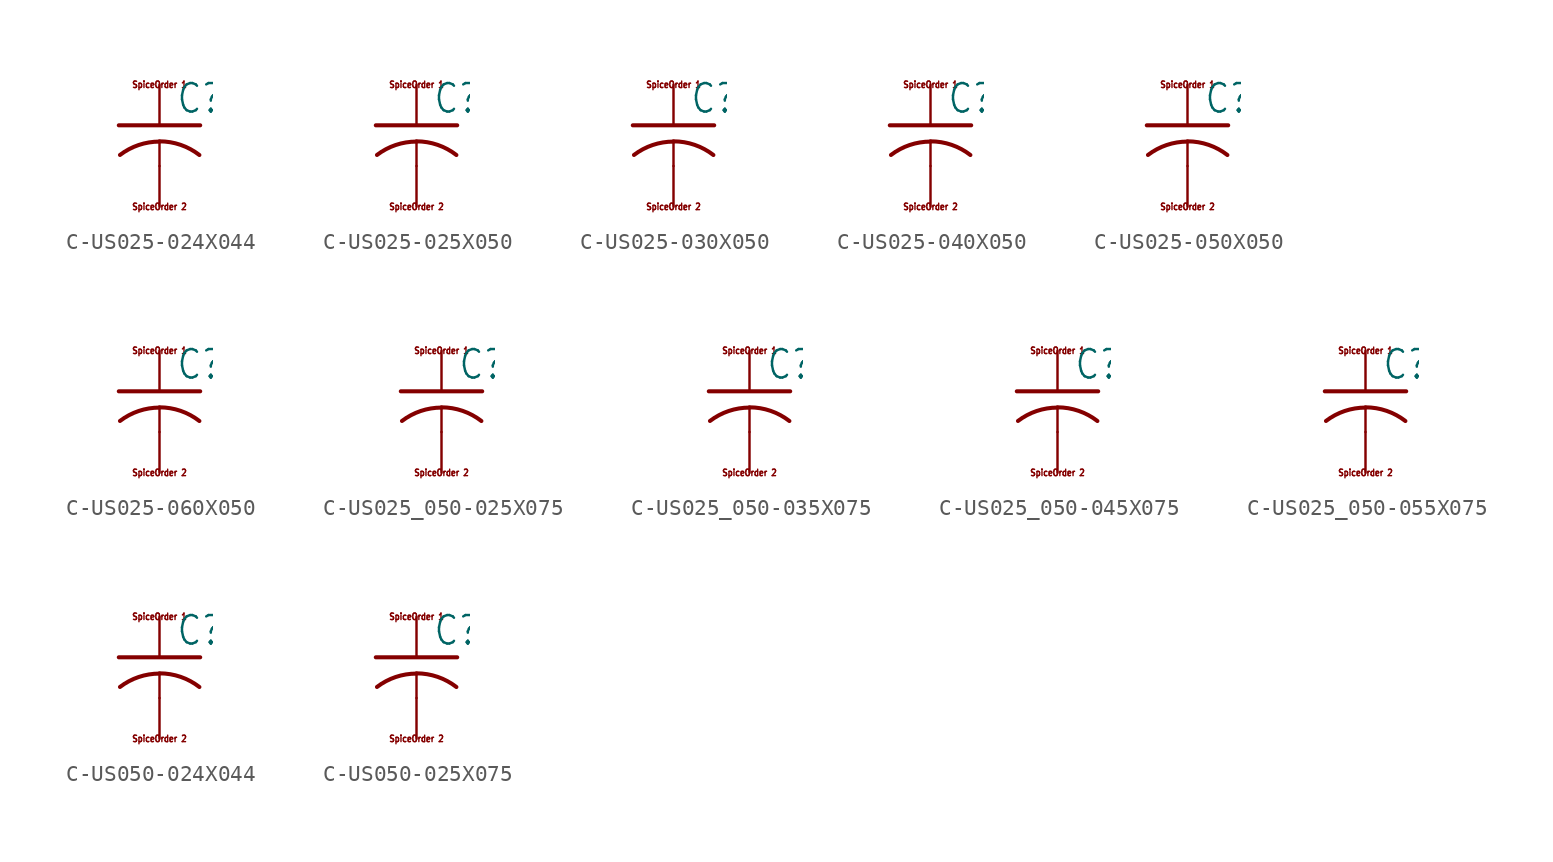
<source format=kicad_sym>
(kicad_symbol_lib
  (version 20220914)
  (generator kicad_symbol_editor)
  (symbol "C-US025-024X044"
    (property "Reference" "C"
      (at 1.016 0.635 0)
      (effects (font (size 1.778 1.511)) (justify left bottom)))
    (property "Value" ""
      (at 1.016 -4.191 0)
      (effects (font (size 1.778 1.511)) (justify left bottom)))
    (property "ki_locked" ""
      (at 0 0 0)
      (effects (font (size 1.27 1.27))))
    (symbol "C-US025-024X044_1_0"
      (arc (start 0 -1.0161) (mid -1.302 -1.2303) (end -2.4668 -1.8504) (stroke (width 0.254) (type solid)) (fill (type none)))
      (polyline (pts (xy -2.54 0) (xy 2.54 0)) (stroke (width 0.254) (type solid)) (fill (type none)))
      (polyline (pts (xy 0 -1.016) (xy 0 -2.54)) (stroke (width 0.152) (type solid)) (fill (type none)))
      (arc (start 2.4892 -1.8541) (mid 1.3158 -1.2194) (end 0 -1) (stroke (width 0.254) (type solid)) (fill (type none)))
      (text "SpiceOrder 1" (at 0 2.54 0) (effects (font (size 0.406 0.345))))
      (text "SpiceOrder 2" (at 0 -5.08 0) (effects (font (size 0.406 0.345))))
      (pin passive line (at 0 2.54 270) (length 2.54) (name "1" (effects (font (size 0 0)))) (number "1" (effects (font (size 0 0)))))
      (pin passive line (at 0 -5.08 90) (length 2.54) (name "2" (effects (font (size 0 0)))) (number "2" (effects (font (size 0 0)))))))
  (symbol "C-US025-025X050"
    (property "Reference" "C"
      (at 1.016 0.635 0)
      (effects (font (size 1.778 1.511)) (justify left bottom)))
    (property "Value" ""
      (at 1.016 -4.191 0)
      (effects (font (size 1.778 1.511)) (justify left bottom)))
    (property "ki_locked" ""
      (at 0 0 0)
      (effects (font (size 1.27 1.27))))
    (symbol "C-US025-025X050_1_0"
      (arc (start 0 -1.0161) (mid -1.302 -1.2303) (end -2.4668 -1.8504) (stroke (width 0.254) (type solid)) (fill (type none)))
      (polyline (pts (xy -2.54 0) (xy 2.54 0)) (stroke (width 0.254) (type solid)) (fill (type none)))
      (polyline (pts (xy 0 -1.016) (xy 0 -2.54)) (stroke (width 0.152) (type solid)) (fill (type none)))
      (arc (start 2.4892 -1.8541) (mid 1.3158 -1.2194) (end 0 -1) (stroke (width 0.254) (type solid)) (fill (type none)))
      (text "SpiceOrder 1" (at 0 2.54 0) (effects (font (size 0.406 0.345))))
      (text "SpiceOrder 2" (at 0 -5.08 0) (effects (font (size 0.406 0.345))))
      (pin passive line (at 0 2.54 270) (length 2.54) (name "1" (effects (font (size 0 0)))) (number "1" (effects (font (size 0 0)))))
      (pin passive line (at 0 -5.08 90) (length 2.54) (name "2" (effects (font (size 0 0)))) (number "2" (effects (font (size 0 0)))))))
  (symbol "C-US025-030X050"
    (property "Reference" "C"
      (at 1.016 0.635 0)
      (effects (font (size 1.778 1.511)) (justify left bottom)))
    (property "Value" ""
      (at 1.016 -4.191 0)
      (effects (font (size 1.778 1.511)) (justify left bottom)))
    (property "ki_locked" ""
      (at 0 0 0)
      (effects (font (size 1.27 1.27))))
    (symbol "C-US025-030X050_1_0"
      (arc (start 0 -1.0161) (mid -1.302 -1.2303) (end -2.4668 -1.8504) (stroke (width 0.254) (type solid)) (fill (type none)))
      (polyline (pts (xy -2.54 0) (xy 2.54 0)) (stroke (width 0.254) (type solid)) (fill (type none)))
      (polyline (pts (xy 0 -1.016) (xy 0 -2.54)) (stroke (width 0.152) (type solid)) (fill (type none)))
      (arc (start 2.4892 -1.8541) (mid 1.3158 -1.2194) (end 0 -1) (stroke (width 0.254) (type solid)) (fill (type none)))
      (text "SpiceOrder 1" (at 0 2.54 0) (effects (font (size 0.406 0.345))))
      (text "SpiceOrder 2" (at 0 -5.08 0) (effects (font (size 0.406 0.345))))
      (pin passive line (at 0 2.54 270) (length 2.54) (name "1" (effects (font (size 0 0)))) (number "1" (effects (font (size 0 0)))))
      (pin passive line (at 0 -5.08 90) (length 2.54) (name "2" (effects (font (size 0 0)))) (number "2" (effects (font (size 0 0)))))))
  (symbol "C-US025-040X050"
    (property "Reference" "C"
      (at 1.016 0.635 0)
      (effects (font (size 1.778 1.511)) (justify left bottom)))
    (property "Value" ""
      (at 1.016 -4.191 0)
      (effects (font (size 1.778 1.511)) (justify left bottom)))
    (property "ki_locked" ""
      (at 0 0 0)
      (effects (font (size 1.27 1.27))))
    (symbol "C-US025-040X050_1_0"
      (arc (start 0 -1.0161) (mid -1.302 -1.2303) (end -2.4668 -1.8504) (stroke (width 0.254) (type solid)) (fill (type none)))
      (polyline (pts (xy -2.54 0) (xy 2.54 0)) (stroke (width 0.254) (type solid)) (fill (type none)))
      (polyline (pts (xy 0 -1.016) (xy 0 -2.54)) (stroke (width 0.152) (type solid)) (fill (type none)))
      (arc (start 2.4892 -1.8541) (mid 1.3158 -1.2194) (end 0 -1) (stroke (width 0.254) (type solid)) (fill (type none)))
      (text "SpiceOrder 1" (at 0 2.54 0) (effects (font (size 0.406 0.345))))
      (text "SpiceOrder 2" (at 0 -5.08 0) (effects (font (size 0.406 0.345))))
      (pin passive line (at 0 2.54 270) (length 2.54) (name "1" (effects (font (size 0 0)))) (number "1" (effects (font (size 0 0)))))
      (pin passive line (at 0 -5.08 90) (length 2.54) (name "2" (effects (font (size 0 0)))) (number "2" (effects (font (size 0 0)))))))
  (symbol "C-US025-050X050"
    (property "Reference" "C"
      (at 1.016 0.635 0)
      (effects (font (size 1.778 1.511)) (justify left bottom)))
    (property "Value" ""
      (at 1.016 -4.191 0)
      (effects (font (size 1.778 1.511)) (justify left bottom)))
    (property "ki_locked" ""
      (at 0 0 0)
      (effects (font (size 1.27 1.27))))
    (symbol "C-US025-050X050_1_0"
      (arc (start 0 -1.0161) (mid -1.302 -1.2303) (end -2.4668 -1.8504) (stroke (width 0.254) (type solid)) (fill (type none)))
      (polyline (pts (xy -2.54 0) (xy 2.54 0)) (stroke (width 0.254) (type solid)) (fill (type none)))
      (polyline (pts (xy 0 -1.016) (xy 0 -2.54)) (stroke (width 0.152) (type solid)) (fill (type none)))
      (arc (start 2.4892 -1.8541) (mid 1.3158 -1.2194) (end 0 -1) (stroke (width 0.254) (type solid)) (fill (type none)))
      (text "SpiceOrder 1" (at 0 2.54 0) (effects (font (size 0.406 0.345))))
      (text "SpiceOrder 2" (at 0 -5.08 0) (effects (font (size 0.406 0.345))))
      (pin passive line (at 0 2.54 270) (length 2.54) (name "1" (effects (font (size 0 0)))) (number "1" (effects (font (size 0 0)))))
      (pin passive line (at 0 -5.08 90) (length 2.54) (name "2" (effects (font (size 0 0)))) (number "2" (effects (font (size 0 0)))))))
  (symbol "C-US025-060X050"
    (property "Reference" "C"
      (at 1.016 0.635 0)
      (effects (font (size 1.778 1.511)) (justify left bottom)))
    (property "Value" ""
      (at 1.016 -4.191 0)
      (effects (font (size 1.778 1.511)) (justify left bottom)))
    (property "ki_locked" ""
      (at 0 0 0)
      (effects (font (size 1.27 1.27))))
    (symbol "C-US025-060X050_1_0"
      (arc (start 0 -1.0161) (mid -1.302 -1.2303) (end -2.4668 -1.8504) (stroke (width 0.254) (type solid)) (fill (type none)))
      (polyline (pts (xy -2.54 0) (xy 2.54 0)) (stroke (width 0.254) (type solid)) (fill (type none)))
      (polyline (pts (xy 0 -1.016) (xy 0 -2.54)) (stroke (width 0.152) (type solid)) (fill (type none)))
      (arc (start 2.4892 -1.8541) (mid 1.3158 -1.2194) (end 0 -1) (stroke (width 0.254) (type solid)) (fill (type none)))
      (text "SpiceOrder 1" (at 0 2.54 0) (effects (font (size 0.406 0.345))))
      (text "SpiceOrder 2" (at 0 -5.08 0) (effects (font (size 0.406 0.345))))
      (pin passive line (at 0 2.54 270) (length 2.54) (name "1" (effects (font (size 0 0)))) (number "1" (effects (font (size 0 0)))))
      (pin passive line (at 0 -5.08 90) (length 2.54) (name "2" (effects (font (size 0 0)))) (number "2" (effects (font (size 0 0)))))))
  (symbol "C-US025_050-025X075"
    (property "Reference" "C"
      (at 1.016 0.635 0)
      (effects (font (size 1.778 1.511)) (justify left bottom)))
    (property "Value" ""
      (at 1.016 -4.191 0)
      (effects (font (size 1.778 1.511)) (justify left bottom)))
    (property "ki_locked" ""
      (at 0 0 0)
      (effects (font (size 1.27 1.27))))
    (symbol "C-US025_050-025X075_1_0"
      (arc (start 0 -1.0161) (mid -1.302 -1.2303) (end -2.4668 -1.8504) (stroke (width 0.254) (type solid)) (fill (type none)))
      (polyline (pts (xy -2.54 0) (xy 2.54 0)) (stroke (width 0.254) (type solid)) (fill (type none)))
      (polyline (pts (xy 0 -1.016) (xy 0 -2.54)) (stroke (width 0.152) (type solid)) (fill (type none)))
      (arc (start 2.4892 -1.8541) (mid 1.3158 -1.2194) (end 0 -1) (stroke (width 0.254) (type solid)) (fill (type none)))
      (text "SpiceOrder 1" (at 0 2.54 0) (effects (font (size 0.406 0.345))))
      (text "SpiceOrder 2" (at 0 -5.08 0) (effects (font (size 0.406 0.345))))
      (pin passive line (at 0 2.54 270) (length 2.54) (name "1" (effects (font (size 0 0)))) (number "1" (effects (font (size 0 0)))))
      (pin passive line (at 0 -5.08 90) (length 2.54) (name "2" (effects (font (size 0 0)))) (number "2" (effects (font (size 0 0)))))))
  (symbol "C-US025_050-035X075"
    (property "Reference" "C"
      (at 1.016 0.635 0)
      (effects (font (size 1.778 1.511)) (justify left bottom)))
    (property "Value" ""
      (at 1.016 -4.191 0)
      (effects (font (size 1.778 1.511)) (justify left bottom)))
    (property "ki_locked" ""
      (at 0 0 0)
      (effects (font (size 1.27 1.27))))
    (symbol "C-US025_050-035X075_1_0"
      (arc (start 0 -1.0161) (mid -1.302 -1.2303) (end -2.4668 -1.8504) (stroke (width 0.254) (type solid)) (fill (type none)))
      (polyline (pts (xy -2.54 0) (xy 2.54 0)) (stroke (width 0.254) (type solid)) (fill (type none)))
      (polyline (pts (xy 0 -1.016) (xy 0 -2.54)) (stroke (width 0.152) (type solid)) (fill (type none)))
      (arc (start 2.4892 -1.8541) (mid 1.3158 -1.2194) (end 0 -1) (stroke (width 0.254) (type solid)) (fill (type none)))
      (text "SpiceOrder 1" (at 0 2.54 0) (effects (font (size 0.406 0.345))))
      (text "SpiceOrder 2" (at 0 -5.08 0) (effects (font (size 0.406 0.345))))
      (pin passive line (at 0 2.54 270) (length 2.54) (name "1" (effects (font (size 0 0)))) (number "1" (effects (font (size 0 0)))))
      (pin passive line (at 0 -5.08 90) (length 2.54) (name "2" (effects (font (size 0 0)))) (number "2" (effects (font (size 0 0)))))))
  (symbol "C-US025_050-045X075"
    (property "Reference" "C"
      (at 1.016 0.635 0)
      (effects (font (size 1.778 1.511)) (justify left bottom)))
    (property "Value" ""
      (at 1.016 -4.191 0)
      (effects (font (size 1.778 1.511)) (justify left bottom)))
    (property "ki_locked" ""
      (at 0 0 0)
      (effects (font (size 1.27 1.27))))
    (symbol "C-US025_050-045X075_1_0"
      (arc (start 0 -1.0161) (mid -1.302 -1.2303) (end -2.4668 -1.8504) (stroke (width 0.254) (type solid)) (fill (type none)))
      (polyline (pts (xy -2.54 0) (xy 2.54 0)) (stroke (width 0.254) (type solid)) (fill (type none)))
      (polyline (pts (xy 0 -1.016) (xy 0 -2.54)) (stroke (width 0.152) (type solid)) (fill (type none)))
      (arc (start 2.4892 -1.8541) (mid 1.3158 -1.2194) (end 0 -1) (stroke (width 0.254) (type solid)) (fill (type none)))
      (text "SpiceOrder 1" (at 0 2.54 0) (effects (font (size 0.406 0.345))))
      (text "SpiceOrder 2" (at 0 -5.08 0) (effects (font (size 0.406 0.345))))
      (pin passive line (at 0 2.54 270) (length 2.54) (name "1" (effects (font (size 0 0)))) (number "1" (effects (font (size 0 0)))))
      (pin passive line (at 0 -5.08 90) (length 2.54) (name "2" (effects (font (size 0 0)))) (number "2" (effects (font (size 0 0)))))))
  (symbol "C-US025_050-055X075"
    (property "Reference" "C"
      (at 1.016 0.635 0)
      (effects (font (size 1.778 1.511)) (justify left bottom)))
    (property "Value" ""
      (at 1.016 -4.191 0)
      (effects (font (size 1.778 1.511)) (justify left bottom)))
    (property "ki_locked" ""
      (at 0 0 0)
      (effects (font (size 1.27 1.27))))
    (symbol "C-US025_050-055X075_1_0"
      (arc (start 0 -1.0161) (mid -1.302 -1.2303) (end -2.4668 -1.8504) (stroke (width 0.254) (type solid)) (fill (type none)))
      (polyline (pts (xy -2.54 0) (xy 2.54 0)) (stroke (width 0.254) (type solid)) (fill (type none)))
      (polyline (pts (xy 0 -1.016) (xy 0 -2.54)) (stroke (width 0.152) (type solid)) (fill (type none)))
      (arc (start 2.4892 -1.8541) (mid 1.3158 -1.2194) (end 0 -1) (stroke (width 0.254) (type solid)) (fill (type none)))
      (text "SpiceOrder 1" (at 0 2.54 0) (effects (font (size 0.406 0.345))))
      (text "SpiceOrder 2" (at 0 -5.08 0) (effects (font (size 0.406 0.345))))
      (pin passive line (at 0 2.54 270) (length 2.54) (name "1" (effects (font (size 0 0)))) (number "1" (effects (font (size 0 0)))))
      (pin passive line (at 0 -5.08 90) (length 2.54) (name "2" (effects (font (size 0 0)))) (number "2" (effects (font (size 0 0)))))))
  (symbol "C-US050-024X044"
    (property "Reference" "C"
      (at 1.016 0.635 0)
      (effects (font (size 1.778 1.511)) (justify left bottom)))
    (property "Value" ""
      (at 1.016 -4.191 0)
      (effects (font (size 1.778 1.511)) (justify left bottom)))
    (property "ki_locked" ""
      (at 0 0 0)
      (effects (font (size 1.27 1.27))))
    (symbol "C-US050-024X044_1_0"
      (arc (start 0 -1.0161) (mid -1.302 -1.2303) (end -2.4668 -1.8504) (stroke (width 0.254) (type solid)) (fill (type none)))
      (polyline (pts (xy -2.54 0) (xy 2.54 0)) (stroke (width 0.254) (type solid)) (fill (type none)))
      (polyline (pts (xy 0 -1.016) (xy 0 -2.54)) (stroke (width 0.152) (type solid)) (fill (type none)))
      (arc (start 2.4892 -1.8541) (mid 1.3158 -1.2194) (end 0 -1) (stroke (width 0.254) (type solid)) (fill (type none)))
      (text "SpiceOrder 1" (at 0 2.54 0) (effects (font (size 0.406 0.345))))
      (text "SpiceOrder 2" (at 0 -5.08 0) (effects (font (size 0.406 0.345))))
      (pin passive line (at 0 2.54 270) (length 2.54) (name "1" (effects (font (size 0 0)))) (number "1" (effects (font (size 0 0)))))
      (pin passive line (at 0 -5.08 90) (length 2.54) (name "2" (effects (font (size 0 0)))) (number "2" (effects (font (size 0 0)))))))
  (symbol "C-US050-025X075"
    (property "Reference" "C"
      (at 1.016 0.635 0)
      (effects (font (size 1.778 1.511)) (justify left bottom)))
    (property "Value" ""
      (at 1.016 -4.191 0)
      (effects (font (size 1.778 1.511)) (justify left bottom)))
    (property "ki_locked" ""
      (at 0 0 0)
      (effects (font (size 1.27 1.27))))
    (symbol "C-US050-025X075_1_0"
      (arc (start 0 -1.0161) (mid -1.302 -1.2303) (end -2.4668 -1.8504) (stroke (width 0.254) (type solid)) (fill (type none)))
      (polyline (pts (xy -2.54 0) (xy 2.54 0)) (stroke (width 0.254) (type solid)) (fill (type none)))
      (polyline (pts (xy 0 -1.016) (xy 0 -2.54)) (stroke (width 0.152) (type solid)) (fill (type none)))
      (arc (start 2.4892 -1.8541) (mid 1.3158 -1.2194) (end 0 -1) (stroke (width 0.254) (type solid)) (fill (type none)))
      (text "SpiceOrder 1" (at 0 2.54 0) (effects (font (size 0.406 0.345))))
      (text "SpiceOrder 2" (at 0 -5.08 0) (effects (font (size 0.406 0.345))))
      (pin passive line (at 0 2.54 270) (length 2.54) (name "1" (effects (font (size 0 0)))) (number "1" (effects (font (size 0 0)))))
      (pin passive line (at 0 -5.08 90) (length 2.54) (name "2" (effects (font (size 0 0)))) (number "2" (effects (font (size 0 0))))))))
</source>
